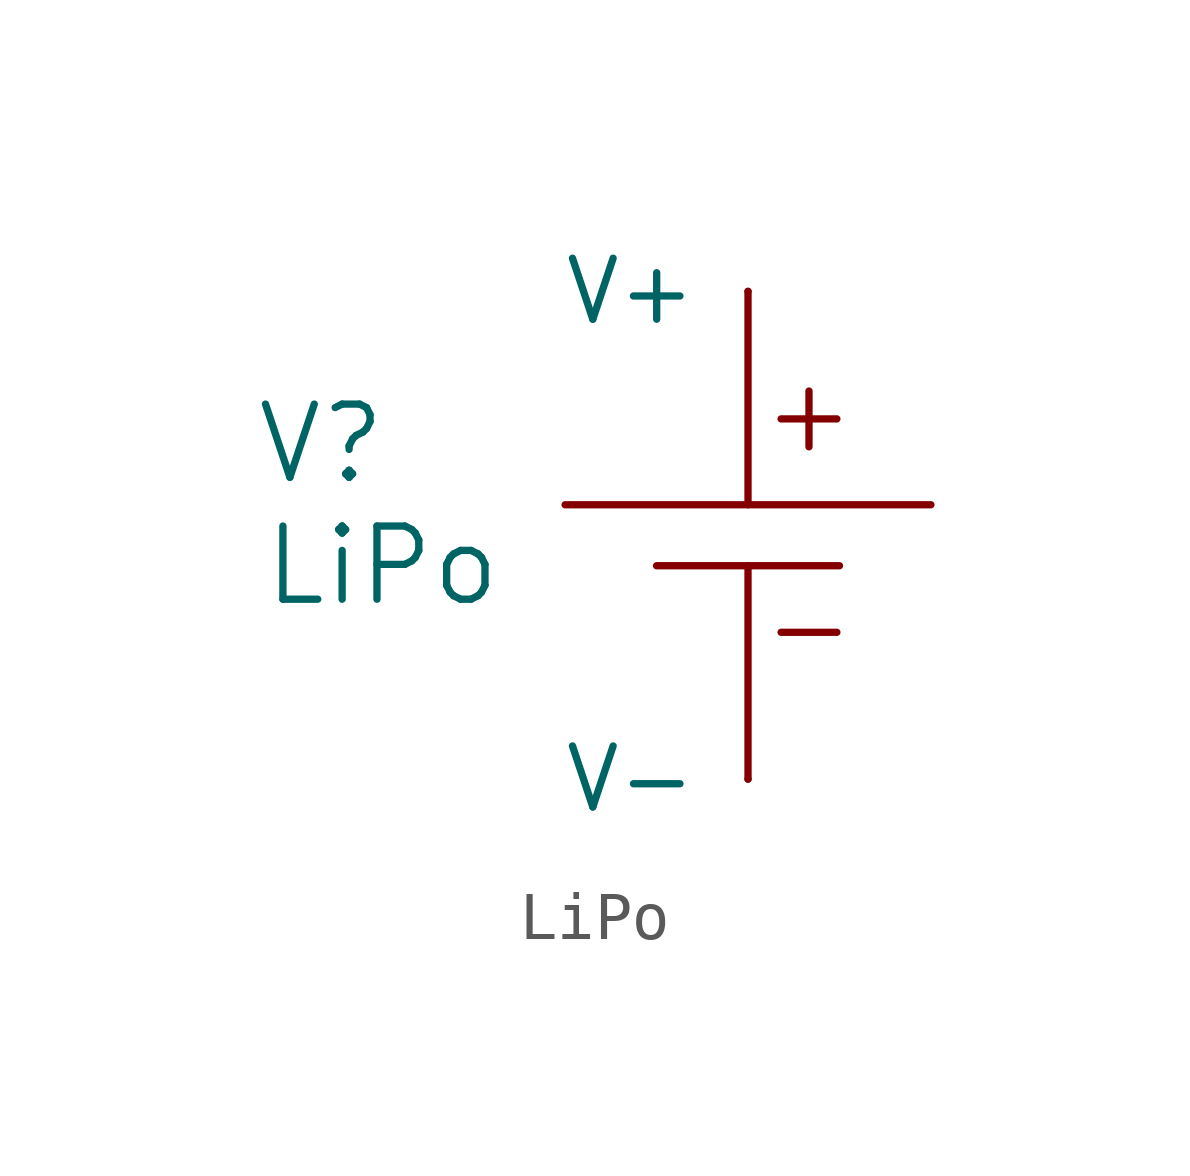
<source format=kicad_sym>
(kicad_symbol_lib
  (version 20211014)
  (generator kicad_symbol_editor)
  (symbol "LiPo"
    (pin_numbers hide)
    (pin_names
      (offset 1.016))
    (property "Reference" "V"
      (at -8.89 1.905 0)
      (effects (font (size 1.524 1.524))))
    (property "Value" "LiPo"
      (at -7.62 -0.635 0)
      (effects (font (size 1.524 1.524))))
    (symbol "LiPo_0_0"
      (polyline (pts (xy -1.905 -0.635) (xy 1.905 -0.635)) (stroke (width 0) (type default) (color 0 0 0 0)) (fill (type none)))
      (polyline (pts (xy 0 -0.635) (xy 0 -5.08)) (stroke (width 0) (type default) (color 0 0 0 0)) (fill (type none)))
      (polyline (pts (xy 0 5.08) (xy 0 0.635)) (stroke (width 0) (type default) (color 0 0 0 0)) (fill (type none)))
      (polyline (pts (xy 3.81 0.635) (xy -3.81 0.635)) (stroke (width 0) (type default) (color 0 0 0 0)) (fill (type none)))
      (text "+" (at 1.27 2.54 0) (effects (font (size 1.524 1.524))))
      (text "-" (at 1.27 -1.905 0) (effects (font (size 1.524 1.524)))))
    (symbol "LiPo_1_1"
      (pin power_out line (at 0 5.08 180) (length 0) (name "V+" (effects (font (size 1.27 1.27)))) (number "1" (effects (font (size 1.27 1.27)))))
      (pin power_out line (at 0 -5.08 180) (length 0) (name "V-" (effects (font (size 1.27 1.27)))) (number "2" (effects (font (size 1.27 1.27))))))))
</source>
